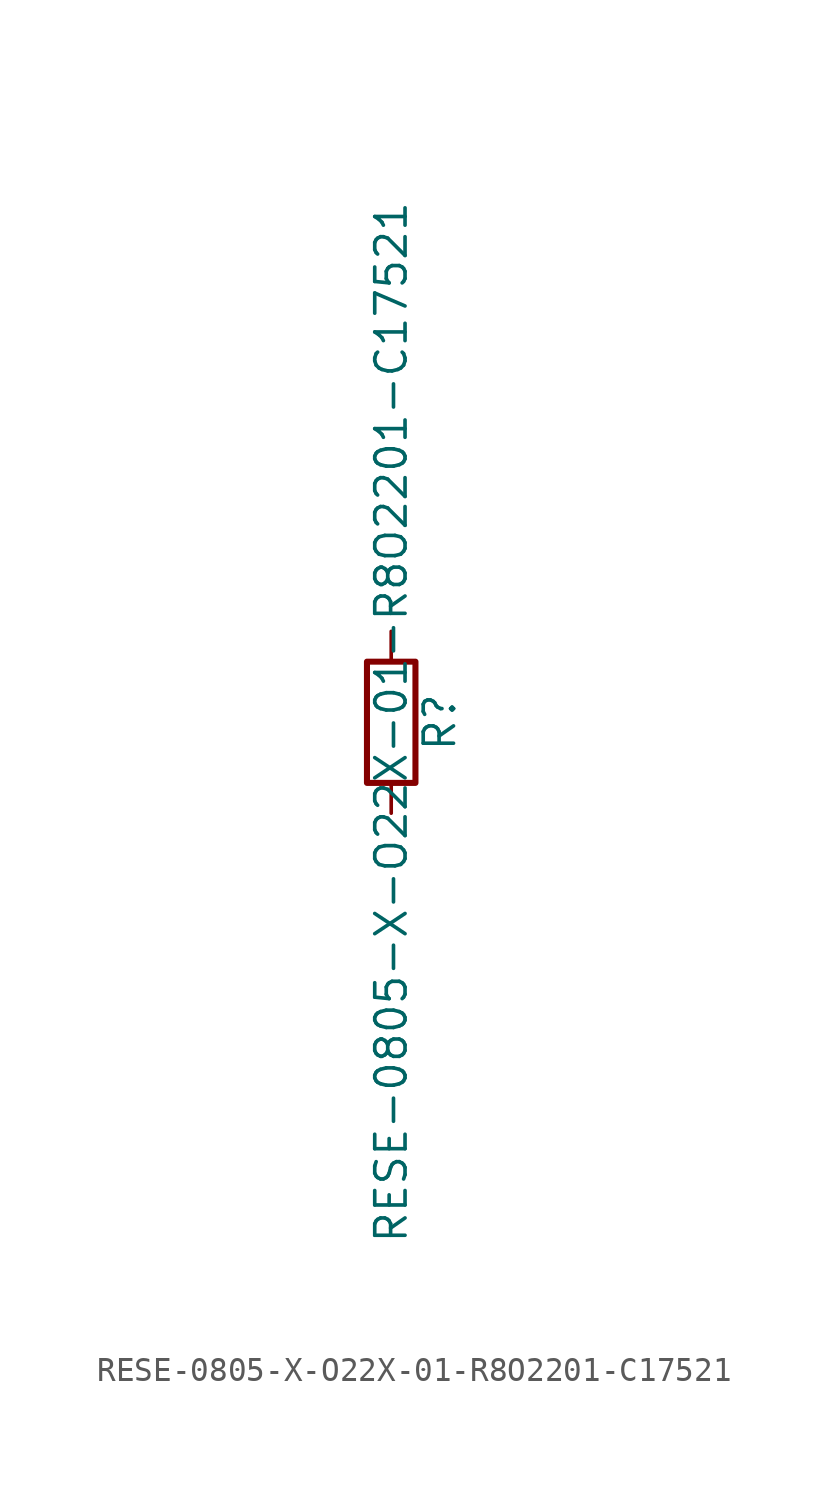
<source format=kicad_sym>
(kicad_symbol_lib
  (version 20211014)
  (generator kicad_symbol_editor)
  (symbol "RESE-0805-X-O22X-01-R8O2201-C17521"
    (pin_numbers hide)
    (pin_names
      (offset 0))
    (property "Reference" "R"
      (at 2.032 0 90)
      (effects (font (size 1.27 1.27))))
    (property "Value" "RESE-0805-X-O22X-01-R8O2201-C17521"
      (at 0 0 90)
      (effects (font (size 1.27 1.27))))
    (symbol "RESE-0805-X-O22X-01-R8O2201-C17521_0_1"
      (rectangle (start -1.016 -2.54) (end 1.016 2.54) (stroke (width 0.254) (type default) (color 0 0 0 0)) (fill (type none))))
    (symbol "RESE-0805-X-O22X-01-R8O2201-C17521_1_1"
      (pin passive line (at 0 3.81 270) (length 1.27) (name "~" (effects (font (size 1.27 1.27)))) (number "1" (effects (font (size 1.27 1.27)))))
      (pin passive line (at 0 -3.81 90) (length 1.27) (name "~" (effects (font (size 1.27 1.27)))) (number "2" (effects (font (size 1.27 1.27))))))))
</source>
